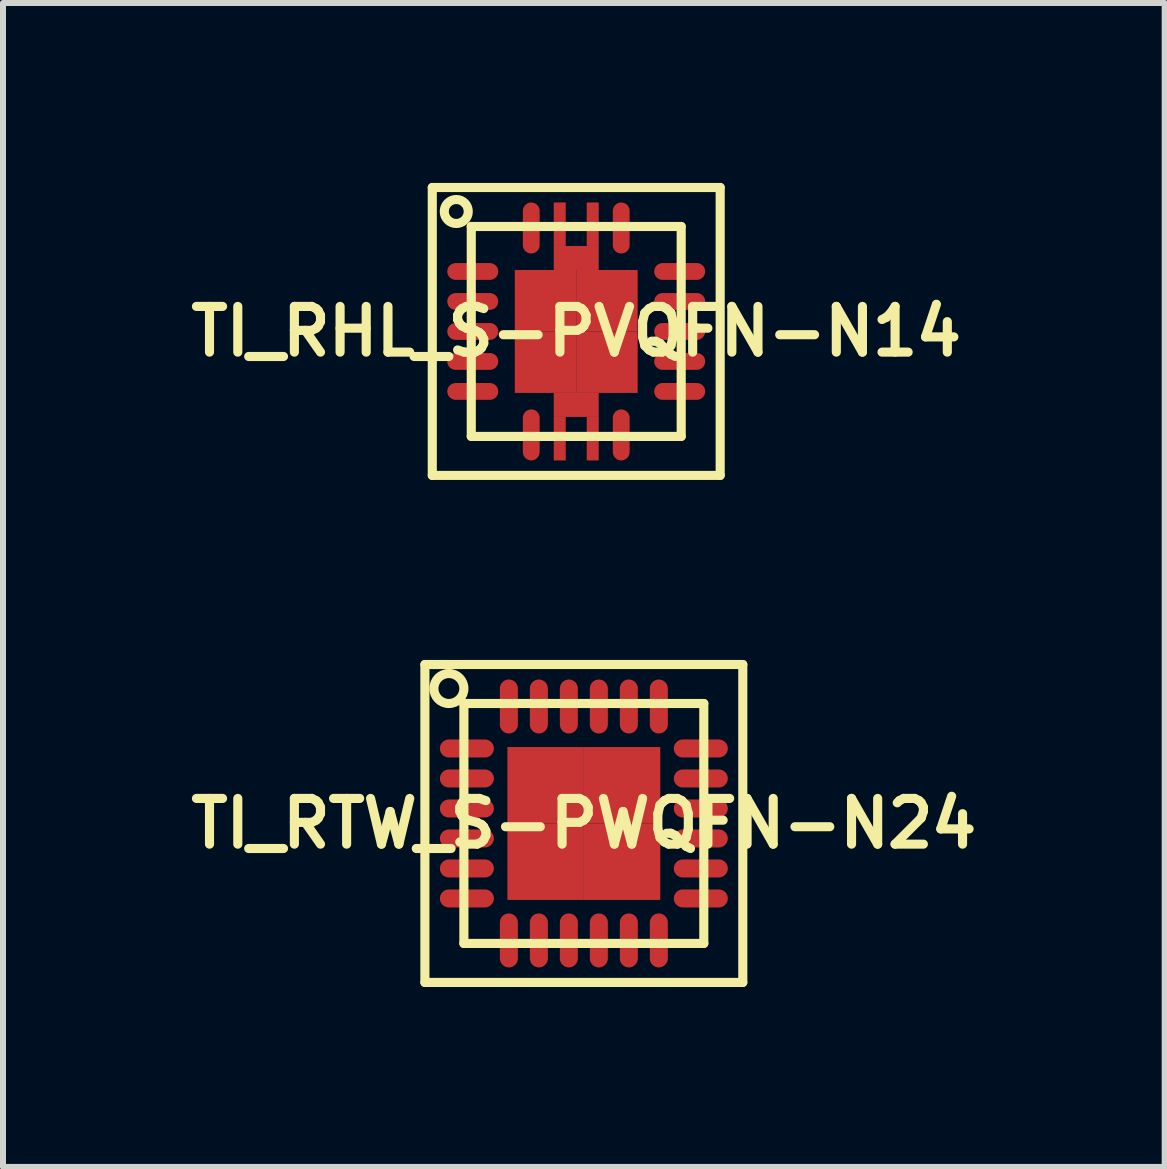
<source format=kicad_pcb>
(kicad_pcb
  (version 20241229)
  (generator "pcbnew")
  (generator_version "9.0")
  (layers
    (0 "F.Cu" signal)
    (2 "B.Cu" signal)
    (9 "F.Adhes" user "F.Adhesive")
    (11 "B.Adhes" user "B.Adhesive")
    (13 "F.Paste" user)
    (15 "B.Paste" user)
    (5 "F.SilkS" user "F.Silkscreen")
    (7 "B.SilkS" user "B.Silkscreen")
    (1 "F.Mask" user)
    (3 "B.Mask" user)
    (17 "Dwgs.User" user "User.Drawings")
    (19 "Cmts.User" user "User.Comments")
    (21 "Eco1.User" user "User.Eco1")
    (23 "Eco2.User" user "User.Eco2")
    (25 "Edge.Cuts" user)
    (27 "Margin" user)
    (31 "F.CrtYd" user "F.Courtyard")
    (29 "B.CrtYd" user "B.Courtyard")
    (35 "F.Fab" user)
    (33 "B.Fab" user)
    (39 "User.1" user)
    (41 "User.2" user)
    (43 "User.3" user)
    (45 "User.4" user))
  (footprint "TI_RTW_S-PWQFN-N24"
    (layer "F.Cu")
    (at 6.684 10.679)
    (property "Reference" "TI_RTW_S-PWQFN-N24" (at 0 0 0) (layer "F.SilkS") (effects (font (size 0.762 0.762) (thickness 0.152))))
    (attr through_hole)
    (fp_line (start -2.65 -2.65) (end 2.65 -2.65) (stroke (width 0.152) (type solid)) (layer "F.SilkS"))
    (fp_line (start -2.65 2.65) (end -2.65 -2.65) (stroke (width 0.152) (type solid)) (layer "F.SilkS"))
    (fp_line (start -2 -2) (end 2 -2) (stroke (width 0.152) (type solid)) (layer "F.SilkS"))
    (fp_line (start -2 2) (end -2 -2) (stroke (width 0.152) (type solid)) (layer "F.SilkS"))
    (fp_line (start 2 -2) (end 2 2) (stroke (width 0.152) (type solid)) (layer "F.SilkS"))
    (fp_line (start 2 2) (end -2 2) (stroke (width 0.152) (type solid)) (layer "F.SilkS"))
    (fp_line (start 2.65 -2.65) (end 2.65 2.65) (stroke (width 0.152) (type solid)) (layer "F.SilkS"))
    (fp_line (start 2.65 2.65) (end -2.65 2.65) (stroke (width 0.152) (type solid)) (layer "F.SilkS"))
    (fp_circle (center -2.25 -2.25) (end -2 -2.25) (stroke (width 0.152) (type solid)) (fill no) (layer "F.SilkS"))
    (pad "1" smd oval (at -1.95 -1.25) (size 0.9 0.3) (layers "F.Cu" "F.Mask" "F.Paste"))
    (pad "2" smd oval (at -1.95 -0.75) (size 0.9 0.3) (layers "F.Cu" "F.Mask" "F.Paste"))
    (pad "3" smd oval (at -1.95 -0.25) (size 0.9 0.3) (layers "F.Cu" "F.Mask" "F.Paste"))
    (pad "4" smd oval (at -1.95 0.25) (size 0.9 0.3) (layers "F.Cu" "F.Mask" "F.Paste"))
    (pad "5" smd oval (at -1.95 0.75) (size 0.9 0.3) (layers "F.Cu" "F.Mask" "F.Paste"))
    (pad "6" smd oval (at -1.95 1.25) (size 0.9 0.3) (layers "F.Cu" "F.Mask" "F.Paste"))
    (pad "7" smd oval (at -1.25 1.95 90) (size 0.9 0.3) (layers "F.Cu" "F.Mask" "F.Paste"))
    (pad "8" smd oval (at -0.75 1.95 90) (size 0.9 0.3) (layers "F.Cu" "F.Mask" "F.Paste"))
    (pad "9" smd oval (at -0.25 1.95 90) (size 0.9 0.3) (layers "F.Cu" "F.Mask" "F.Paste"))
    (pad "10" smd oval (at 0.25 1.95 90) (size 0.9 0.3) (layers "F.Cu" "F.Mask" "F.Paste"))
    (pad "11" smd oval (at 0.75 1.95 90) (size 0.9 0.3) (layers "F.Cu" "F.Mask" "F.Paste"))
    (pad "12" smd oval (at 1.25 1.95 90) (size 0.9 0.3) (layers "F.Cu" "F.Mask" "F.Paste"))
    (pad "13" smd oval (at 1.95 1.25 180) (size 0.9 0.3) (layers "F.Cu" "F.Mask" "F.Paste"))
    (pad "14" smd oval (at 1.95 0.75 180) (size 0.9 0.3) (layers "F.Cu" "F.Mask" "F.Paste"))
    (pad "15" smd oval (at 1.95 0.25 180) (size 0.9 0.3) (layers "F.Cu" "F.Mask" "F.Paste"))
    (pad "16" smd oval (at 1.95 -0.25 180) (size 0.9 0.3) (layers "F.Cu" "F.Mask" "F.Paste"))
    (pad "17" smd oval (at 1.95 -0.75 180) (size 0.9 0.3) (layers "F.Cu" "F.Mask" "F.Paste"))
    (pad "18" smd oval (at 1.95 -1.25 180) (size 0.9 0.3) (layers "F.Cu" "F.Mask" "F.Paste"))
    (pad "19" smd oval (at 1.25 -1.95 270) (size 0.9 0.3) (layers "F.Cu" "F.Mask" "F.Paste"))
    (pad "20" smd oval (at 0.75 -1.95 270) (size 0.9 0.3) (layers "F.Cu" "F.Mask" "F.Paste"))
    (pad "21" smd oval (at 0.25 -1.95 270) (size 0.9 0.3) (layers "F.Cu" "F.Mask" "F.Paste"))
    (pad "22" smd oval (at -0.25 -1.95 270) (size 0.9 0.3) (layers "F.Cu" "F.Mask" "F.Paste"))
    (pad "23" smd oval (at -0.75 -1.95 270) (size 0.9 0.3) (layers "F.Cu" "F.Mask" "F.Paste"))
    (pad "24" smd oval (at -1.25 -1.95 270) (size 0.9 0.3) (layers "F.Cu" "F.Mask" "F.Paste"))
    (pad "25" smd rect (at -0.637 -0.637) (size 1.275 1.275) (layers "F.Cu" "F.Mask" "F.Paste"))
    (pad "25" smd rect (at -0.637 0.637) (size 1.275 1.275) (layers "F.Cu" "F.Mask" "F.Paste"))
    (pad "25" smd rect (at 0.637 -0.637) (size 1.275 1.275) (layers "F.Cu" "F.Mask" "F.Paste"))
    (pad "25" smd rect (at 0.637 0.637) (size 1.275 1.275) (layers "F.Cu" "F.Mask" "F.Paste")))
  (footprint "TI_RHL_S-PVQFN-N14"
    (layer "F.Cu")
    (at 6.557 2.476)
    (property "Reference" "TI_RHL_S-PVQFN-N14" (at 0 0 0) (layer "F.SilkS") (effects (font (size 0.762 0.762) (thickness 0.152))))
    (attr through_hole)
    (fp_line (start -2.4 -2.4) (end 2.4 -2.4) (stroke (width 0.152) (type solid)) (layer "F.SilkS"))
    (fp_line (start -2.4 2.4) (end -2.4 -2.4) (stroke (width 0.152) (type solid)) (layer "F.SilkS"))
    (fp_line (start -1.75 -1.75) (end 1.75 -1.75) (stroke (width 0.152) (type solid)) (layer "F.SilkS"))
    (fp_line (start -1.75 1.75) (end -1.75 -1.75) (stroke (width 0.152) (type solid)) (layer "F.SilkS"))
    (fp_line (start 1.75 -1.75) (end 1.75 1.75) (stroke (width 0.152) (type solid)) (layer "F.SilkS"))
    (fp_line (start 1.75 1.75) (end -1.75 1.75) (stroke (width 0.152) (type solid)) (layer "F.SilkS"))
    (fp_line (start 2.4 -2.4) (end 2.4 2.4) (stroke (width 0.152) (type solid)) (layer "F.SilkS"))
    (fp_line (start 2.4 2.4) (end -2.4 2.4) (stroke (width 0.152) (type solid)) (layer "F.SilkS"))
    (fp_circle (center -2 -2) (end -1.8 -2) (stroke (width 0.152) (type solid)) (fill no) (layer "F.SilkS"))
    (pad "1" smd oval (at -0.75 -1.725 270) (size 0.85 0.28) (layers "F.Cu" "F.Mask" "F.Paste"))
    (pad "2" smd oval (at -1.725 -1) (size 0.85 0.28) (layers "F.Cu" "F.Mask" "F.Paste"))
    (pad "3" smd oval (at -1.725 -0.5) (size 0.85 0.28) (layers "F.Cu" "F.Mask" "F.Paste"))
    (pad "4" smd oval (at -1.725 0) (size 0.85 0.28) (layers "F.Cu" "F.Mask" "F.Paste"))
    (pad "5" smd oval (at -1.725 0.5) (size 0.85 0.28) (layers "F.Cu" "F.Mask" "F.Paste"))
    (pad "6" smd oval (at -1.725 1) (size 0.85 0.28) (layers "F.Cu" "F.Mask" "F.Paste"))
    (pad "7" smd oval (at -0.75 1.725 90) (size 0.85 0.28) (layers "F.Cu" "F.Mask" "F.Paste"))
    (pad "8" smd oval (at 0.75 1.725 90) (size 0.85 0.28) (layers "F.Cu" "F.Mask" "F.Paste"))
    (pad "9" smd oval (at 1.725 1 180) (size 0.85 0.28) (layers "F.Cu" "F.Mask" "F.Paste"))
    (pad "10" smd oval (at 1.725 0.5 180) (size 0.85 0.28) (layers "F.Cu" "F.Mask" "F.Paste"))
    (pad "11" smd oval (at 1.725 0 180) (size 0.85 0.28) (layers "F.Cu" "F.Mask" "F.Paste"))
    (pad "12" smd oval (at 1.725 -0.5 180) (size 0.85 0.28) (layers "F.Cu" "F.Mask" "F.Paste"))
    (pad "13" smd oval (at 1.725 -1 180) (size 0.85 0.28) (layers "F.Cu" "F.Mask" "F.Paste"))
    (pad "14" smd oval (at 0.75 -1.725 270) (size 0.85 0.28) (layers "F.Cu" "F.Mask" "F.Paste"))
    (pad "15" smd rect (at -0.512 -0.512 270) (size 1.025 1.025) (layers "F.Cu" "F.Mask" "F.Paste"))
    (pad "15" smd rect (at -0.512 0.512 270) (size 1.025 1.025) (layers "F.Cu" "F.Mask" "F.Paste"))
    (pad "15" smd rect (at -0.275 -1.788 270) (size 0.725 0.2) (layers "F.Cu" "F.Mask" "F.Paste"))
    (pad "15" smd rect (at -0.275 1.788 270) (size 0.725 0.2) (layers "F.Cu" "F.Mask" "F.Paste"))
    (pad "15" smd rect (at 0 -1.225 270) (size 0.4 0.75) (layers "F.Cu" "F.Mask" "F.Paste"))
    (pad "15" smd rect (at 0 1.225 270) (size 0.4 0.75) (layers "F.Cu" "F.Mask" "F.Paste"))
    (pad "15" smd rect (at 0.275 -1.788 270) (size 0.725 0.2) (layers "F.Cu" "F.Mask" "F.Paste"))
    (pad "15" smd rect (at 0.275 1.788 270) (size 0.725 0.2) (layers "F.Cu" "F.Mask" "F.Paste"))
    (pad "15" smd rect (at 0.512 -0.512 270) (size 1.025 1.025) (layers "F.Cu" "F.Mask" "F.Paste"))
    (pad "15" smd rect (at 0.512 0.512 270) (size 1.025 1.025) (layers "F.Cu" "F.Mask" "F.Paste")))
  (gr_rect
    (start -3 -3)
    (end 16.368 16.405)
    (stroke (width 0.1) (type default))
    (fill no)
    (layer "Edge.Cuts")))
</source>
